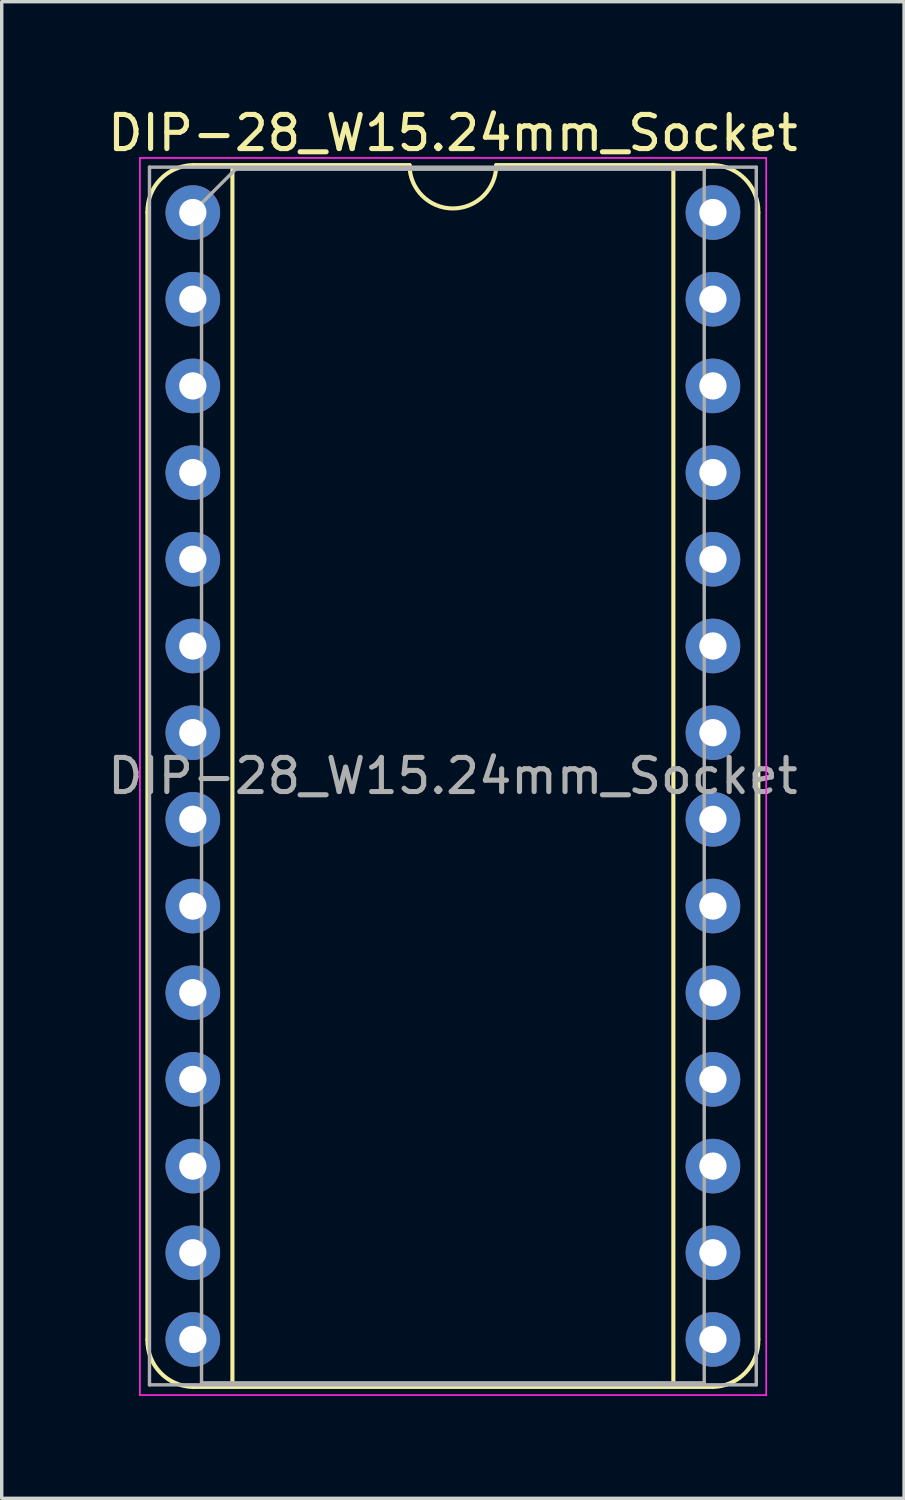
<source format=kicad_pcb>
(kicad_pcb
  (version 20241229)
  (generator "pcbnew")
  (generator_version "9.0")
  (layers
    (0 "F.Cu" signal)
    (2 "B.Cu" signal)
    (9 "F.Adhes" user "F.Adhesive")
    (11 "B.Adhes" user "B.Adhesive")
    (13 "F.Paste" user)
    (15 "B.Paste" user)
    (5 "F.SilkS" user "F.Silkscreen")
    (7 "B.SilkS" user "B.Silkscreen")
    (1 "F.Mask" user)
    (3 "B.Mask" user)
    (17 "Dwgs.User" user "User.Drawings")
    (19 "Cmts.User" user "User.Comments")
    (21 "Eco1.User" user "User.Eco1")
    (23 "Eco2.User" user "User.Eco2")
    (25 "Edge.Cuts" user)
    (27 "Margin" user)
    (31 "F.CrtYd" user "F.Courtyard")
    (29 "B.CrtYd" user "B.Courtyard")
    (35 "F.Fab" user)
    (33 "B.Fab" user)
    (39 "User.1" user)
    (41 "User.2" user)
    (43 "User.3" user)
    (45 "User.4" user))
  (footprint "DIP-28_W15.24mm_Socket"
    (layer "F.Cu")
    (at 2.6 3.178)
    (property "Reference" "DIP-28_W15.24mm_Socket" (at 7.62 -2.33 0) (layer "F.SilkS") (effects (font (size 1 1) (thickness 0.15))))
    (attr through_hole)
    (fp_line (start -1.33 0) (end -1.33 33.02) (stroke (width 0.12) (type solid)) (layer "F.SilkS"))
    (fp_line (start 0 34.41) (end 15.24 34.41) (stroke (width 0.12) (type solid)) (layer "F.SilkS"))
    (fp_line (start 1.16 -1.33) (end 1.16 34.35) (stroke (width 0.12) (type solid)) (layer "F.SilkS"))
    (fp_line (start 1.16 34.35) (end 14.08 34.35) (stroke (width 0.12) (type solid)) (layer "F.SilkS"))
    (fp_line (start 6.35 -1.39) (end 0 -1.39) (stroke (width 0.12) (type solid)) (layer "F.SilkS"))
    (fp_line (start 6.35 -1.33) (end 1.16 -1.33) (stroke (width 0.12) (type solid)) (layer "F.SilkS"))
    (fp_line (start 8.89 -1.39) (end 15.24 -1.39) (stroke (width 0.12) (type default)) (layer "F.SilkS"))
    (fp_line (start 14.08 -1.33) (end 8.89 -1.33) (stroke (width 0.12) (type solid)) (layer "F.SilkS"))
    (fp_line (start 14.08 34.35) (end 14.08 -1.33) (stroke (width 0.12) (type solid)) (layer "F.SilkS"))
    (fp_line (start 16.57 33.02) (end 16.57 0) (stroke (width 0.12) (type solid)) (layer "F.SilkS"))
    (fp_arc (start -1.33 0) (mid -0.952878 -0.970452) (end 0 -1.39) (stroke (width 0.12) (type default)) (layer "F.SilkS"))
    (fp_arc (start 0 34.41) (mid -0.952879 33.990452) (end -1.33 33.02) (stroke (width 0.12) (type default)) (layer "F.SilkS"))
    (fp_arc (start 8.89 -1.39) (mid 7.62 -0.12) (end 6.35 -1.39) (stroke (width 0.12) (type default)) (layer "F.SilkS"))
    (fp_arc (start 15.24 -1.39) (mid 16.192878 -0.970452) (end 16.57 0) (stroke (width 0.12) (type default)) (layer "F.SilkS"))
    (fp_arc (start 16.57 33.02) (mid 16.192878 33.990452) (end 15.24 34.41) (stroke (width 0.12) (type default)) (layer "F.SilkS"))
    (fp_line (start -1.55 -1.6) (end -1.55 34.65) (stroke (width 0.05) (type solid)) (layer "F.CrtYd"))
    (fp_line (start -1.55 34.65) (end 16.8 34.65) (stroke (width 0.05) (type solid)) (layer "F.CrtYd"))
    (fp_line (start 16.8 -1.6) (end -1.55 -1.6) (stroke (width 0.05) (type solid)) (layer "F.CrtYd"))
    (fp_line (start 16.8 34.65) (end 16.8 -1.6) (stroke (width 0.05) (type solid)) (layer "F.CrtYd"))
    (fp_line (start -1.27 -1.33) (end -1.27 34.35) (stroke (width 0.1) (type solid)) (layer "F.Fab"))
    (fp_line (start -1.27 34.35) (end 16.51 34.35) (stroke (width 0.1) (type solid)) (layer "F.Fab"))
    (fp_line (start 0.255 -0.27) (end 1.255 -1.27) (stroke (width 0.1) (type solid)) (layer "F.Fab"))
    (fp_line (start 0.255 34.29) (end 0.255 -0.27) (stroke (width 0.1) (type solid)) (layer "F.Fab"))
    (fp_line (start 1.255 -1.27) (end 14.985 -1.27) (stroke (width 0.1) (type solid)) (layer "F.Fab"))
    (fp_line (start 14.985 -1.27) (end 14.985 34.29) (stroke (width 0.1) (type solid)) (layer "F.Fab"))
    (fp_line (start 14.985 34.29) (end 0.255 34.29) (stroke (width 0.1) (type solid)) (layer "F.Fab"))
    (fp_line (start 16.51 -1.33) (end -1.27 -1.33) (stroke (width 0.1) (type solid)) (layer "F.Fab"))
    (fp_line (start 16.51 34.35) (end 16.51 -1.33) (stroke (width 0.1) (type solid)) (layer "F.Fab"))
    (fp_text user "${REFERENCE}" (at 7.62 16.51 0) (layer "F.Fab") (effects (font (size 1 1) (thickness 0.15))))
    (pad "1" thru_hole circle (at 0 0) (size 1.6 1.6) (drill 0.8) (layers "*.Cu" "*.Mask"))
    (pad "2" thru_hole oval (at 0 2.54) (size 1.6 1.6) (drill 0.8) (layers "*.Cu" "*.Mask"))
    (pad "3" thru_hole oval (at 0 5.08) (size 1.6 1.6) (drill 0.8) (layers "*.Cu" "*.Mask"))
    (pad "4" thru_hole oval (at 0 7.62) (size 1.6 1.6) (drill 0.8) (layers "*.Cu" "*.Mask"))
    (pad "5" thru_hole oval (at 0 10.16) (size 1.6 1.6) (drill 0.8) (layers "*.Cu" "*.Mask"))
    (pad "6" thru_hole oval (at 0 12.7) (size 1.6 1.6) (drill 0.8) (layers "*.Cu" "*.Mask"))
    (pad "7" thru_hole oval (at 0 15.24) (size 1.6 1.6) (drill 0.8) (layers "*.Cu" "*.Mask"))
    (pad "8" thru_hole oval (at 0 17.78) (size 1.6 1.6) (drill 0.8) (layers "*.Cu" "*.Mask"))
    (pad "9" thru_hole oval (at 0 20.32) (size 1.6 1.6) (drill 0.8) (layers "*.Cu" "*.Mask"))
    (pad "10" thru_hole oval (at 0 22.86) (size 1.6 1.6) (drill 0.8) (layers "*.Cu" "*.Mask"))
    (pad "11" thru_hole oval (at 0 25.4) (size 1.6 1.6) (drill 0.8) (layers "*.Cu" "*.Mask"))
    (pad "12" thru_hole oval (at 0 27.94) (size 1.6 1.6) (drill 0.8) (layers "*.Cu" "*.Mask"))
    (pad "13" thru_hole oval (at 0 30.48) (size 1.6 1.6) (drill 0.8) (layers "*.Cu" "*.Mask"))
    (pad "14" thru_hole oval (at 0 33.02) (size 1.6 1.6) (drill 0.8) (layers "*.Cu" "*.Mask"))
    (pad "15" thru_hole oval (at 15.24 33.02) (size 1.6 1.6) (drill 0.8) (layers "*.Cu" "*.Mask"))
    (pad "16" thru_hole oval (at 15.24 30.48) (size 1.6 1.6) (drill 0.8) (layers "*.Cu" "*.Mask"))
    (pad "17" thru_hole oval (at 15.24 27.94) (size 1.6 1.6) (drill 0.8) (layers "*.Cu" "*.Mask"))
    (pad "18" thru_hole oval (at 15.24 25.4) (size 1.6 1.6) (drill 0.8) (layers "*.Cu" "*.Mask"))
    (pad "19" thru_hole oval (at 15.24 22.86) (size 1.6 1.6) (drill 0.8) (layers "*.Cu" "*.Mask"))
    (pad "20" thru_hole oval (at 15.24 20.32) (size 1.6 1.6) (drill 0.8) (layers "*.Cu" "*.Mask"))
    (pad "21" thru_hole oval (at 15.24 17.78) (size 1.6 1.6) (drill 0.8) (layers "*.Cu" "*.Mask"))
    (pad "22" thru_hole oval (at 15.24 15.24) (size 1.6 1.6) (drill 0.8) (layers "*.Cu" "*.Mask"))
    (pad "23" thru_hole oval (at 15.24 12.7) (size 1.6 1.6) (drill 0.8) (layers "*.Cu" "*.Mask"))
    (pad "24" thru_hole oval (at 15.24 10.16) (size 1.6 1.6) (drill 0.8) (layers "*.Cu" "*.Mask"))
    (pad "25" thru_hole oval (at 15.24 7.62) (size 1.6 1.6) (drill 0.8) (layers "*.Cu" "*.Mask"))
    (pad "26" thru_hole oval (at 15.24 5.08) (size 1.6 1.6) (drill 0.8) (layers "*.Cu" "*.Mask"))
    (pad "27" thru_hole oval (at 15.24 2.54) (size 1.6 1.6) (drill 0.8) (layers "*.Cu" "*.Mask"))
    (pad "28" thru_hole oval (at 15.24 0) (size 1.6 1.6) (drill 0.8) (layers "*.Cu" "*.Mask")))
  (gr_rect
    (start -3 -3)
    (end 23.44 40.853)
    (stroke (width 0.1) (type default))
    (fill no)
    (layer "Edge.Cuts")))
</source>
